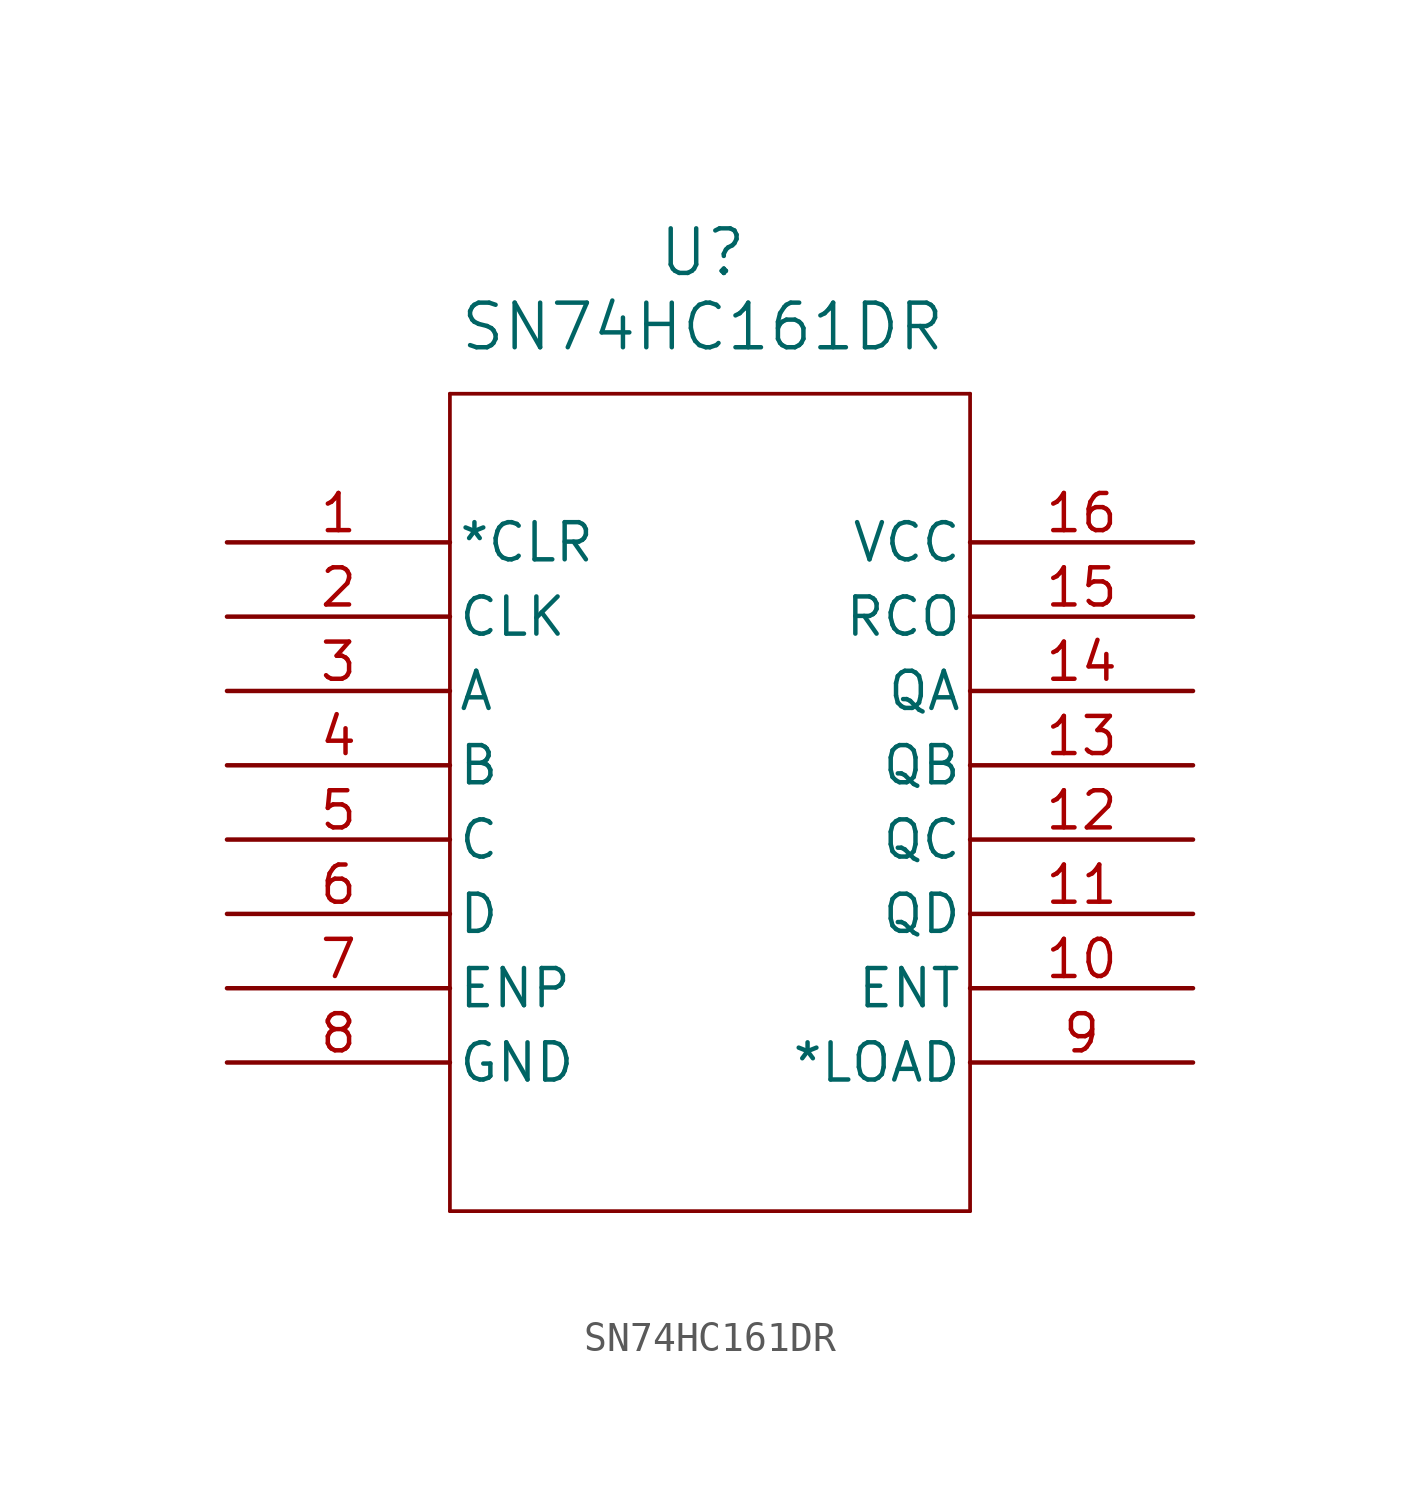
<source format=kicad_sym>
(kicad_symbol_lib
  (version 20241209)
  (generator "kicad_symbol_editor")
  (generator_version "9.0")
  (symbol "SN74HC161DR"
    (pin_names
      (offset 0.254))
    (property "Reference" "U"
      (at 16.256 9.906 0)
      (effects (font (size 1.524 1.524))))
    (property "Value" "SN74HC161DR"
      (at 16.256 7.366 0)
      (effects (font (size 1.524 1.524))))
    (property "ki_locked" ""
      (at 0 0 0)
      (effects (font (size 1.27 1.27))))
    (symbol "SN74HC161DR_0_1"
      (polyline (pts (xy 7.62 5.08) (xy 7.62 -22.86)) (stroke (width 0.127) (type default)) (fill (type none)))
      (polyline (pts (xy 7.62 -22.86) (xy 25.4 -22.86)) (stroke (width 0.127) (type default)) (fill (type none)))
      (polyline (pts (xy 25.4 5.08) (xy 7.62 5.08)) (stroke (width 0.127) (type default)) (fill (type none)))
      (polyline (pts (xy 25.4 -22.86) (xy 25.4 5.08)) (stroke (width 0.127) (type default)) (fill (type none)))
      (pin input line (at 0 0 0) (length 7.62) (name "*CLR" (effects (font (size 1.27 1.27)))) (number "1" (effects (font (size 1.27 1.27)))))
      (pin input line (at 0 -2.54 0) (length 7.62) (name "CLK" (effects (font (size 1.27 1.27)))) (number "2" (effects (font (size 1.27 1.27)))))
      (pin input line (at 0 -5.08 0) (length 7.62) (name "A" (effects (font (size 1.27 1.27)))) (number "3" (effects (font (size 1.27 1.27)))))
      (pin input line (at 0 -7.62 0) (length 7.62) (name "B" (effects (font (size 1.27 1.27)))) (number "4" (effects (font (size 1.27 1.27)))))
      (pin input line (at 0 -10.16 0) (length 7.62) (name "C" (effects (font (size 1.27 1.27)))) (number "5" (effects (font (size 1.27 1.27)))))
      (pin input line (at 0 -12.7 0) (length 7.62) (name "D" (effects (font (size 1.27 1.27)))) (number "6" (effects (font (size 1.27 1.27)))))
      (pin input line (at 0 -15.24 0) (length 7.62) (name "ENP" (effects (font (size 1.27 1.27)))) (number "7" (effects (font (size 1.27 1.27)))))
      (pin power_in line (at 0 -17.78 0) (length 7.62) (name "GND" (effects (font (size 1.27 1.27)))) (number "8" (effects (font (size 1.27 1.27)))))
      (pin power_in line (at 33.02 0 180) (length 7.62) (name "VCC" (effects (font (size 1.27 1.27)))) (number "16" (effects (font (size 1.27 1.27)))))
      (pin output line (at 33.02 -2.54 180) (length 7.62) (name "RCO" (effects (font (size 1.27 1.27)))) (number "15" (effects (font (size 1.27 1.27)))))
      (pin output line (at 33.02 -5.08 180) (length 7.62) (name "QA" (effects (font (size 1.27 1.27)))) (number "14" (effects (font (size 1.27 1.27)))))
      (pin output line (at 33.02 -7.62 180) (length 7.62) (name "QB" (effects (font (size 1.27 1.27)))) (number "13" (effects (font (size 1.27 1.27)))))
      (pin output line (at 33.02 -10.16 180) (length 7.62) (name "QC" (effects (font (size 1.27 1.27)))) (number "12" (effects (font (size 1.27 1.27)))))
      (pin output line (at 33.02 -12.7 180) (length 7.62) (name "QD" (effects (font (size 1.27 1.27)))) (number "11" (effects (font (size 1.27 1.27)))))
      (pin input line (at 33.02 -15.24 180) (length 7.62) (name "ENT" (effects (font (size 1.27 1.27)))) (number "10" (effects (font (size 1.27 1.27)))))
      (pin input line (at 33.02 -17.78 180) (length 7.62) (name "*LOAD" (effects (font (size 1.27 1.27)))) (number "9" (effects (font (size 1.27 1.27))))))))
</source>
